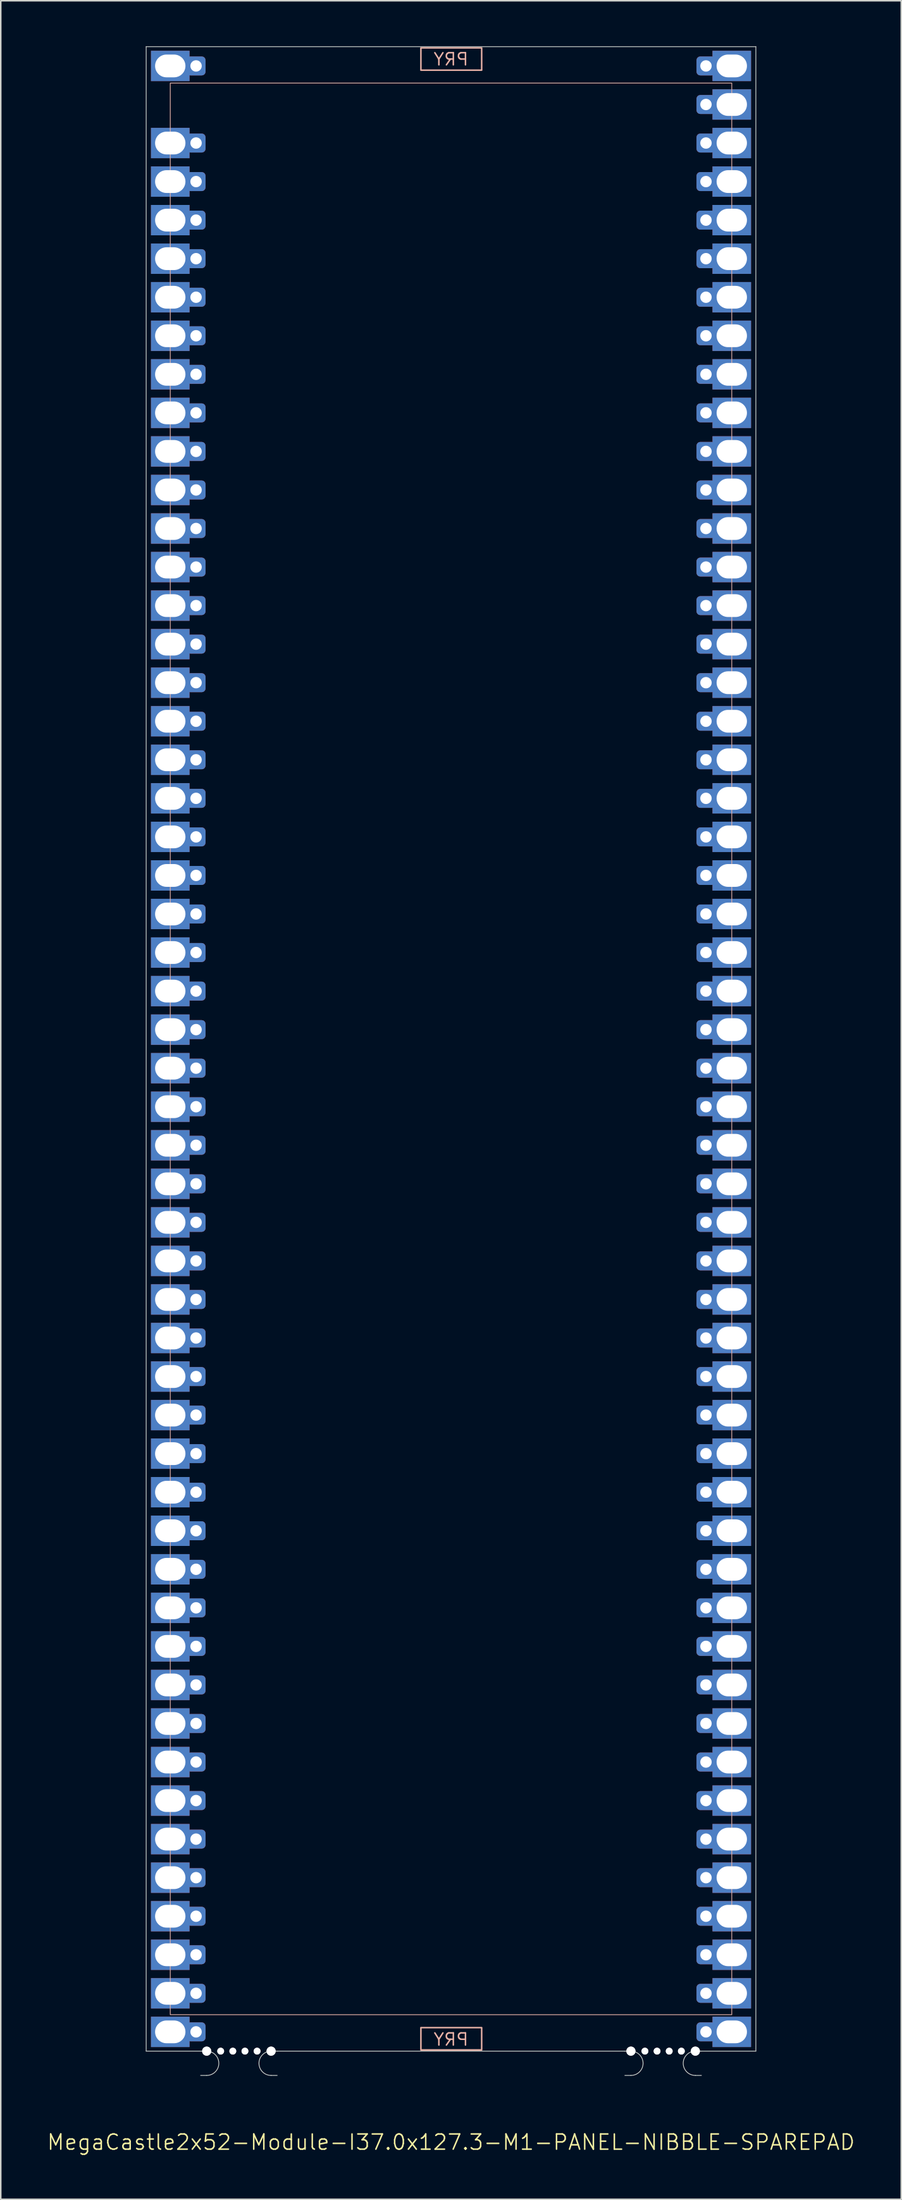
<source format=kicad_pcb>
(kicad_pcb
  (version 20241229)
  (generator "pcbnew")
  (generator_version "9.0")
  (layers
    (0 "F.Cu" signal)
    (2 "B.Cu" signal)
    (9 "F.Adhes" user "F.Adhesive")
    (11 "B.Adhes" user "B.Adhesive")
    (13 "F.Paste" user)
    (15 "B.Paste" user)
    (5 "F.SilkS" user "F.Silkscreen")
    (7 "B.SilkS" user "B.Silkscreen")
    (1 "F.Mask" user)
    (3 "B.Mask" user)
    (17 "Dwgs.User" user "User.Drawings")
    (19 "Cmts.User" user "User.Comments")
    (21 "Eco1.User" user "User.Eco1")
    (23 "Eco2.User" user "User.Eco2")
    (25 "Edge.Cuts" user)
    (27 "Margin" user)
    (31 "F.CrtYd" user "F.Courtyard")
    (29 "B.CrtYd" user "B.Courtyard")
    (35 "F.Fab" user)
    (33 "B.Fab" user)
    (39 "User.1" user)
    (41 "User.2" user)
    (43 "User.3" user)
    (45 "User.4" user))
  (footprint "MegaCastle2x52-Module-I37.0x127.3-M1-PANEL-NIBBLE-SPAREPAD"
    (layer "F.Cu")
    (at 26.669 66.065)
    (property "Reference" "MegaCastle2x52-Module-I37.0x127.3-M1-PANEL-NIBBLE-SPAREPAD" (at 0 72.04 0) (unlocked yes) (layer "F.SilkS") (effects (font (size 1 1) (thickness 0.1))))
    (attr smd)
    (fp_rect (start -18.5 63.64) (end 18.5 -63.64) (stroke (width 0.05) (type default)) (fill no) (layer "B.SilkS"))
    (fp_rect (start -1.984 -64.491) (end 2.02 -65.96) (stroke (width 0.1) (type default)) (fill no) (layer "B.SilkS"))
    (fp_rect (start -1.984 64.491) (end 2.02 65.96) (stroke (width 0.1) (type default)) (fill no) (layer "B.SilkS"))
    (fp_line (start -20.087 -66.04) (end -20.087 66.04) (stroke (width 0.05) (type default)) (layer "Edge.Cuts"))
    (fp_line (start -20.087 -66.04) (end 20.087 -66.04) (stroke (width 0.05) (type default)) (layer "Edge.Cuts"))
    (fp_line (start -20.087 66.04) (end -16.5 66.04) (stroke (width 0.05) (type default)) (layer "Edge.Cuts"))
    (fp_line (start -16.5 66.04) (end -16.1 66.04) (stroke (width 0.05) (type default)) (layer "Edge.Cuts"))
    (fp_line (start -16.5 67.64) (end -16.1 67.64) (stroke (width 0.05) (type default)) (layer "Edge.Cuts"))
    (fp_line (start -11.455 66.04) (end -11.855 66.04) (stroke (width 0.05) (type default)) (layer "Edge.Cuts"))
    (fp_line (start -11.455 66.04) (end 11.455 66.04) (stroke (width 0.05) (type default)) (layer "Edge.Cuts"))
    (fp_line (start -11.455 67.64) (end -11.855 67.64) (stroke (width 0.05) (type default)) (layer "Edge.Cuts"))
    (fp_line (start 11.455 66.04) (end 11.855 66.04) (stroke (width 0.05) (type default)) (layer "Edge.Cuts"))
    (fp_line (start 11.455 67.64) (end 11.855 67.64) (stroke (width 0.05) (type default)) (layer "Edge.Cuts"))
    (fp_line (start 16.5 66.04) (end 16.1 66.04) (stroke (width 0.05) (type default)) (layer "Edge.Cuts"))
    (fp_line (start 16.5 66.04) (end 20.087 66.04) (stroke (width 0.05) (type default)) (layer "Edge.Cuts"))
    (fp_line (start 16.5 67.64) (end 16.1 67.64) (stroke (width 0.05) (type default)) (layer "Edge.Cuts"))
    (fp_line (start 20.087 -66.04) (end 20.087 66.04) (stroke (width 0.05) (type default)) (layer "Edge.Cuts"))
    (fp_arc (start -16.1 66.040001) (mid -15.3 66.839996) (end -16.1 67.639999) (stroke (width 0.05) (type default)) (layer "Edge.Cuts"))
    (fp_arc (start -11.855 67.639999) (mid -12.655 66.84) (end -11.855 66.040001) (stroke (width 0.05) (type default)) (layer "Edge.Cuts"))
    (fp_arc (start 11.855 66.040001) (mid 12.655 66.839996) (end 11.855 67.639999) (stroke (width 0.05) (type default)) (layer "Edge.Cuts"))
    (fp_arc (start 16.1 67.639999) (mid 15.300001 66.84) (end 16.1 66.040001) (stroke (width 0.05) (type default)) (layer "Edge.Cuts"))
    (fp_text user "PRY" (at 0 -64.74 0) (unlocked yes) (layer "B.SilkS") (effects (font (size 0.8 0.8) (thickness 0.1)) (justify bottom mirror)))
    (fp_text user "PRY" (at 0 65.74 0) (unlocked yes) (layer "B.SilkS") (effects (font (size 0.8 0.8) (thickness 0.1)) (justify bottom mirror)))
    (pad "" np_thru_hole circle (at -16.1 66.04) (size 0.6 0.6) (drill 0.6) (layers "*.Cu" "Edge.Cuts"))
    (pad "" np_thru_hole circle (at -15.178 66.04) (size 0.45 0.45) (drill 0.45) (layers "*.Cu" "Edge.Cuts"))
    (pad "" np_thru_hole circle (at -14.378 66.04) (size 0.45 0.45) (drill 0.45) (layers "*.Cu" "Edge.Cuts"))
    (pad "" np_thru_hole circle (at -13.578 66.04) (size 0.45 0.45) (drill 0.45) (layers "*.Cu" "Edge.Cuts"))
    (pad "" np_thru_hole circle (at -12.777 66.04) (size 0.45 0.45) (drill 0.45) (layers "*.Cu" "Edge.Cuts"))
    (pad "" np_thru_hole circle (at -11.855 66.04) (size 0.6 0.6) (drill 0.6) (layers "*.Cu" "Edge.Cuts"))
    (pad "" np_thru_hole circle (at 11.855 66.04) (size 0.6 0.6) (drill 0.6) (layers "*.Cu" "Edge.Cuts"))
    (pad "" np_thru_hole circle (at 12.777 66.04) (size 0.45 0.45) (drill 0.45) (layers "*.Cu" "Edge.Cuts"))
    (pad "" np_thru_hole circle (at 13.577 66.04) (size 0.45 0.45) (drill 0.45) (layers "*.Cu" "Edge.Cuts"))
    (pad "" np_thru_hole circle (at 14.377 66.04) (size 0.45 0.45) (drill 0.45) (layers "*.Cu" "Edge.Cuts"))
    (pad "" np_thru_hole circle (at 15.178 66.04) (size 0.45 0.45) (drill 0.45) (layers "*.Cu" "Edge.Cuts"))
    (pad "" np_thru_hole circle (at 16.1 66.04) (size 0.6 0.6) (drill 0.6) (layers "*.Cu" "Edge.Cuts"))
    (pad "1" thru_hole rect (at -18.5 -64.77) (size 2.54 2) (drill oval 2 1.5) (property pad_prop_castellated) (layers "*.Cu" "*.Mask"))
    (pad "1" thru_hole roundrect (at -16.8 -64.77 180) (size 1.25 1.25) (drill 0.75) (layers "*.Cu" "*.Mask") (roundrect_rratio 0.2))
    (pad "3" thru_hole rect (at -18.5 -59.69) (size 2.54 2) (drill oval 2 1.5) (property pad_prop_castellated) (layers "*.Cu" "*.Mask"))
    (pad "3" thru_hole roundrect (at -16.8 -59.69 180) (size 1.25 1.25) (drill 0.75) (layers "*.Cu" "*.Mask") (roundrect_rratio 0.2))
    (pad "4" thru_hole rect (at -18.5 -57.15) (size 2.54 2) (drill oval 2 1.5) (property pad_prop_castellated) (layers "*.Cu" "*.Mask"))
    (pad "4" thru_hole roundrect (at -16.8 -57.15 180) (size 1.25 1.25) (drill 0.75) (layers "*.Cu" "*.Mask") (roundrect_rratio 0.2))
    (pad "5" thru_hole rect (at -18.5 -54.61) (size 2.54 2) (drill oval 2 1.5) (property pad_prop_castellated) (layers "*.Cu" "*.Mask"))
    (pad "5" thru_hole roundrect (at -16.8 -54.61 180) (size 1.25 1.25) (drill 0.75) (layers "*.Cu" "*.Mask") (roundrect_rratio 0.2))
    (pad "6" thru_hole rect (at -18.5 -52.07) (size 2.54 2) (drill oval 2 1.5) (property pad_prop_castellated) (layers "*.Cu" "*.Mask"))
    (pad "6" thru_hole roundrect (at -16.8 -52.07 180) (size 1.25 1.25) (drill 0.75) (layers "*.Cu" "*.Mask") (roundrect_rratio 0.2))
    (pad "7" thru_hole rect (at -18.5 -49.53) (size 2.54 2) (drill oval 2 1.5) (property pad_prop_castellated) (layers "*.Cu" "*.Mask"))
    (pad "7" thru_hole roundrect (at -16.8 -49.53 180) (size 1.25 1.25) (drill 0.75) (layers "*.Cu" "*.Mask") (roundrect_rratio 0.2))
    (pad "8" thru_hole rect (at -18.5 -46.99) (size 2.54 2) (drill oval 2 1.5) (property pad_prop_castellated) (layers "*.Cu" "*.Mask"))
    (pad "8" thru_hole roundrect (at -16.8 -46.99 180) (size 1.25 1.25) (drill 0.75) (layers "*.Cu" "*.Mask") (roundrect_rratio 0.2))
    (pad "9" thru_hole rect (at -18.5 -44.45) (size 2.54 2) (drill oval 2 1.5) (property pad_prop_castellated) (layers "*.Cu" "*.Mask"))
    (pad "9" thru_hole roundrect (at -16.8 -44.45 180) (size 1.25 1.25) (drill 0.75) (layers "*.Cu" "*.Mask") (roundrect_rratio 0.2))
    (pad "10" thru_hole rect (at -18.5 -41.91) (size 2.54 2) (drill oval 2 1.5) (property pad_prop_castellated) (layers "*.Cu" "*.Mask"))
    (pad "10" thru_hole roundrect (at -16.8 -41.91 180) (size 1.25 1.25) (drill 0.75) (layers "*.Cu" "*.Mask") (roundrect_rratio 0.2))
    (pad "11" thru_hole rect (at -18.5 -39.37) (size 2.54 2) (drill oval 2 1.5) (property pad_prop_castellated) (layers "*.Cu" "*.Mask"))
    (pad "11" thru_hole roundrect (at -16.8 -39.37 180) (size 1.25 1.25) (drill 0.75) (layers "*.Cu" "*.Mask") (roundrect_rratio 0.2))
    (pad "12" thru_hole rect (at -18.5 -36.83) (size 2.54 2) (drill oval 2 1.5) (property pad_prop_castellated) (layers "*.Cu" "*.Mask"))
    (pad "12" thru_hole roundrect (at -16.8 -36.83 180) (size 1.25 1.25) (drill 0.75) (layers "*.Cu" "*.Mask") (roundrect_rratio 0.2))
    (pad "13" thru_hole rect (at -18.5 -34.29) (size 2.54 2) (drill oval 2 1.5) (property pad_prop_castellated) (layers "*.Cu" "*.Mask"))
    (pad "13" thru_hole roundrect (at -16.8 -34.29 180) (size 1.25 1.25) (drill 0.75) (layers "*.Cu" "*.Mask") (roundrect_rratio 0.2))
    (pad "14" thru_hole rect (at -18.5 -31.75) (size 2.54 2) (drill oval 2 1.5) (property pad_prop_castellated) (layers "*.Cu" "*.Mask"))
    (pad "14" thru_hole roundrect (at -16.8 -31.75 180) (size 1.25 1.25) (drill 0.75) (layers "*.Cu" "*.Mask") (roundrect_rratio 0.2))
    (pad "15" thru_hole rect (at -18.5 -29.21) (size 2.54 2) (drill oval 2 1.5) (property pad_prop_castellated) (layers "*.Cu" "*.Mask"))
    (pad "15" thru_hole roundrect (at -16.8 -29.21 180) (size 1.25 1.25) (drill 0.75) (layers "*.Cu" "*.Mask") (roundrect_rratio 0.2))
    (pad "16" thru_hole rect (at -18.5 -26.67) (size 2.54 2) (drill oval 2 1.5) (property pad_prop_castellated) (layers "*.Cu" "*.Mask"))
    (pad "16" thru_hole roundrect (at -16.8 -26.67 180) (size 1.25 1.25) (drill 0.75) (layers "*.Cu" "*.Mask") (roundrect_rratio 0.2))
    (pad "17" thru_hole rect (at -18.5 -24.13) (size 2.54 2) (drill oval 2 1.5) (property pad_prop_castellated) (layers "*.Cu" "*.Mask"))
    (pad "17" thru_hole roundrect (at -16.8 -24.13 180) (size 1.25 1.25) (drill 0.75) (layers "*.Cu" "*.Mask") (roundrect_rratio 0.2))
    (pad "18" thru_hole rect (at -18.5 -21.59) (size 2.54 2) (drill oval 2 1.5) (property pad_prop_castellated) (layers "*.Cu" "*.Mask"))
    (pad "18" thru_hole roundrect (at -16.8 -21.59 180) (size 1.25 1.25) (drill 0.75) (layers "*.Cu" "*.Mask") (roundrect_rratio 0.2))
    (pad "19" thru_hole rect (at -18.5 -19.05) (size 2.54 2) (drill oval 2 1.5) (property pad_prop_castellated) (layers "*.Cu" "*.Mask"))
    (pad "19" thru_hole roundrect (at -16.8 -19.05 180) (size 1.25 1.25) (drill 0.75) (layers "*.Cu" "*.Mask") (roundrect_rratio 0.2))
    (pad "20" thru_hole rect (at -18.5 -16.51) (size 2.54 2) (drill oval 2 1.5) (property pad_prop_castellated) (layers "*.Cu" "*.Mask"))
    (pad "20" thru_hole roundrect (at -16.8 -16.51 180) (size 1.25 1.25) (drill 0.75) (layers "*.Cu" "*.Mask") (roundrect_rratio 0.2))
    (pad "21" thru_hole rect (at -18.5 -13.97) (size 2.54 2) (drill oval 2 1.5) (property pad_prop_castellated) (layers "*.Cu" "*.Mask"))
    (pad "21" thru_hole roundrect (at -16.8 -13.97 180) (size 1.25 1.25) (drill 0.75) (layers "*.Cu" "*.Mask") (roundrect_rratio 0.2))
    (pad "22" thru_hole rect (at -18.5 -11.43) (size 2.54 2) (drill oval 2 1.5) (property pad_prop_castellated) (layers "*.Cu" "*.Mask"))
    (pad "22" thru_hole roundrect (at -16.8 -11.43 180) (size 1.25 1.25) (drill 0.75) (layers "*.Cu" "*.Mask") (roundrect_rratio 0.2))
    (pad "23" thru_hole rect (at -18.5 -8.89) (size 2.54 2) (drill oval 2 1.5) (property pad_prop_castellated) (layers "*.Cu" "*.Mask"))
    (pad "23" thru_hole roundrect (at -16.8 -8.89 180) (size 1.25 1.25) (drill 0.75) (layers "*.Cu" "*.Mask") (roundrect_rratio 0.2))
    (pad "24" thru_hole rect (at -18.5 -6.35) (size 2.54 2) (drill oval 2 1.5) (property pad_prop_castellated) (layers "*.Cu" "*.Mask"))
    (pad "24" thru_hole roundrect (at -16.8 -6.35 180) (size 1.25 1.25) (drill 0.75) (layers "*.Cu" "*.Mask") (roundrect_rratio 0.2))
    (pad "25" thru_hole rect (at -18.5 -3.81) (size 2.54 2) (drill oval 2 1.5) (property pad_prop_castellated) (layers "*.Cu" "*.Mask"))
    (pad "25" thru_hole roundrect (at -16.8 -3.81 180) (size 1.25 1.25) (drill 0.75) (layers "*.Cu" "*.Mask") (roundrect_rratio 0.2))
    (pad "26" thru_hole rect (at -18.5 -1.27) (size 2.54 2) (drill oval 2 1.5) (property pad_prop_castellated) (layers "*.Cu" "*.Mask"))
    (pad "26" thru_hole roundrect (at -16.8 -1.27 180) (size 1.25 1.25) (drill 0.75) (layers "*.Cu" "*.Mask") (roundrect_rratio 0.2))
    (pad "27" thru_hole rect (at -18.5 1.27) (size 2.54 2) (drill oval 2 1.5) (property pad_prop_castellated) (layers "*.Cu" "*.Mask"))
    (pad "27" thru_hole roundrect (at -16.8 1.27 180) (size 1.25 1.25) (drill 0.75) (layers "*.Cu" "*.Mask") (roundrect_rratio 0.2))
    (pad "28" thru_hole rect (at -18.5 3.81) (size 2.54 2) (drill oval 2 1.5) (property pad_prop_castellated) (layers "*.Cu" "*.Mask"))
    (pad "28" thru_hole roundrect (at -16.8 3.81 180) (size 1.25 1.25) (drill 0.75) (layers "*.Cu" "*.Mask") (roundrect_rratio 0.2))
    (pad "29" thru_hole rect (at -18.5 6.35) (size 2.54 2) (drill oval 2 1.5) (property pad_prop_castellated) (layers "*.Cu" "*.Mask"))
    (pad "29" thru_hole roundrect (at -16.8 6.35 180) (size 1.25 1.25) (drill 0.75) (layers "*.Cu" "*.Mask") (roundrect_rratio 0.2))
    (pad "30" thru_hole rect (at -18.5 8.89) (size 2.54 2) (drill oval 2 1.5) (property pad_prop_castellated) (layers "*.Cu" "*.Mask"))
    (pad "30" thru_hole roundrect (at -16.8 8.89 180) (size 1.25 1.25) (drill 0.75) (layers "*.Cu" "*.Mask") (roundrect_rratio 0.2))
    (pad "31" thru_hole rect (at -18.5 11.43) (size 2.54 2) (drill oval 2 1.5) (property pad_prop_castellated) (layers "*.Cu" "*.Mask"))
    (pad "31" thru_hole roundrect (at -16.8 11.43 180) (size 1.25 1.25) (drill 0.75) (layers "*.Cu" "*.Mask") (roundrect_rratio 0.2))
    (pad "32" thru_hole rect (at -18.5 13.97) (size 2.54 2) (drill oval 2 1.5) (property pad_prop_castellated) (layers "*.Cu" "*.Mask"))
    (pad "32" thru_hole roundrect (at -16.8 13.97 180) (size 1.25 1.25) (drill 0.75) (layers "*.Cu" "*.Mask") (roundrect_rratio 0.2))
    (pad "33" thru_hole rect (at -18.5 16.51) (size 2.54 2) (drill oval 2 1.5) (property pad_prop_castellated) (layers "*.Cu" "*.Mask"))
    (pad "33" thru_hole roundrect (at -16.8 16.51 180) (size 1.25 1.25) (drill 0.75) (layers "*.Cu" "*.Mask") (roundrect_rratio 0.2))
    (pad "34" thru_hole rect (at -18.5 19.05) (size 2.54 2) (drill oval 2 1.5) (property pad_prop_castellated) (layers "*.Cu" "*.Mask"))
    (pad "34" thru_hole roundrect (at -16.8 19.05 180) (size 1.25 1.25) (drill 0.75) (layers "*.Cu" "*.Mask") (roundrect_rratio 0.2))
    (pad "35" thru_hole rect (at -18.5 21.59) (size 2.54 2) (drill oval 2 1.5) (property pad_prop_castellated) (layers "*.Cu" "*.Mask"))
    (pad "35" thru_hole roundrect (at -16.8 21.59 180) (size 1.25 1.25) (drill 0.75) (layers "*.Cu" "*.Mask") (roundrect_rratio 0.2))
    (pad "36" thru_hole rect (at -18.5 24.13) (size 2.54 2) (drill oval 2 1.5) (property pad_prop_castellated) (layers "*.Cu" "*.Mask"))
    (pad "36" thru_hole roundrect (at -16.8 24.13 180) (size 1.25 1.25) (drill 0.75) (layers "*.Cu" "*.Mask") (roundrect_rratio 0.2))
    (pad "37" thru_hole rect (at -18.5 26.67) (size 2.54 2) (drill oval 2 1.5) (property pad_prop_castellated) (layers "*.Cu" "*.Mask"))
    (pad "37" thru_hole roundrect (at -16.8 26.67 180) (size 1.25 1.25) (drill 0.75) (layers "*.Cu" "*.Mask") (roundrect_rratio 0.2))
    (pad "38" thru_hole rect (at -18.5 29.21) (size 2.54 2) (drill oval 2 1.5) (property pad_prop_castellated) (layers "*.Cu" "*.Mask"))
    (pad "38" thru_hole roundrect (at -16.8 29.21 180) (size 1.25 1.25) (drill 0.75) (layers "*.Cu" "*.Mask") (roundrect_rratio 0.2))
    (pad "39" thru_hole rect (at -18.5 31.75) (size 2.54 2) (drill oval 2 1.5) (property pad_prop_castellated) (layers "*.Cu" "*.Mask"))
    (pad "39" thru_hole roundrect (at -16.8 31.75 180) (size 1.25 1.25) (drill 0.75) (layers "*.Cu" "*.Mask") (roundrect_rratio 0.2))
    (pad "40" thru_hole rect (at -18.5 34.29) (size 2.54 2) (drill oval 2 1.5) (property pad_prop_castellated) (layers "*.Cu" "*.Mask"))
    (pad "40" thru_hole roundrect (at -16.8 34.29 180) (size 1.25 1.25) (drill 0.75) (layers "*.Cu" "*.Mask") (roundrect_rratio 0.2))
    (pad "41" thru_hole rect (at -18.5 36.83) (size 2.54 2) (drill oval 2 1.5) (property pad_prop_castellated) (layers "*.Cu" "*.Mask"))
    (pad "41" thru_hole roundrect (at -16.8 36.83 180) (size 1.25 1.25) (drill 0.75) (layers "*.Cu" "*.Mask") (roundrect_rratio 0.2))
    (pad "42" thru_hole rect (at -18.5 39.37) (size 2.54 2) (drill oval 2 1.5) (property pad_prop_castellated) (layers "*.Cu" "*.Mask"))
    (pad "42" thru_hole roundrect (at -16.8 39.37 180) (size 1.25 1.25) (drill 0.75) (layers "*.Cu" "*.Mask") (roundrect_rratio 0.2))
    (pad "43" thru_hole rect (at -18.5 41.91) (size 2.54 2) (drill oval 2 1.5) (property pad_prop_castellated) (layers "*.Cu" "*.Mask"))
    (pad "43" thru_hole roundrect (at -16.8 41.91 180) (size 1.25 1.25) (drill 0.75) (layers "*.Cu" "*.Mask") (roundrect_rratio 0.2))
    (pad "44" thru_hole rect (at -18.5 44.45) (size 2.54 2) (drill oval 2 1.5) (property pad_prop_castellated) (layers "*.Cu" "*.Mask"))
    (pad "44" thru_hole roundrect (at -16.8 44.45 180) (size 1.25 1.25) (drill 0.75) (layers "*.Cu" "*.Mask") (roundrect_rratio 0.2))
    (pad "45" thru_hole rect (at -18.5 46.99) (size 2.54 2) (drill oval 2 1.5) (property pad_prop_castellated) (layers "*.Cu" "*.Mask"))
    (pad "45" thru_hole roundrect (at -16.8 46.99 180) (size 1.25 1.25) (drill 0.75) (layers "*.Cu" "*.Mask") (roundrect_rratio 0.2))
    (pad "46" thru_hole rect (at -18.5 49.53) (size 2.54 2) (drill oval 2 1.5) (property pad_prop_castellated) (layers "*.Cu" "*.Mask"))
    (pad "46" thru_hole roundrect (at -16.8 49.53 180) (size 1.25 1.25) (drill 0.75) (layers "*.Cu" "*.Mask") (roundrect_rratio 0.2))
    (pad "47" thru_hole rect (at -18.5 52.07) (size 2.54 2) (drill oval 2 1.5) (property pad_prop_castellated) (layers "*.Cu" "*.Mask"))
    (pad "47" thru_hole roundrect (at -16.8 52.07 180) (size 1.25 1.25) (drill 0.75) (layers "*.Cu" "*.Mask") (roundrect_rratio 0.2))
    (pad "48" thru_hole rect (at -18.5 54.61) (size 2.54 2) (drill oval 2 1.5) (property pad_prop_castellated) (layers "*.Cu" "*.Mask"))
    (pad "48" thru_hole roundrect (at -16.8 54.61 180) (size 1.25 1.25) (drill 0.75) (layers "*.Cu" "*.Mask") (roundrect_rratio 0.2))
    (pad "49" thru_hole rect (at -18.5 57.15) (size 2.54 2) (drill oval 2 1.5) (property pad_prop_castellated) (layers "*.Cu" "*.Mask"))
    (pad "49" thru_hole roundrect (at -16.8 57.15 180) (size 1.25 1.25) (drill 0.75) (layers "*.Cu" "*.Mask") (roundrect_rratio 0.2))
    (pad "50" thru_hole rect (at -18.5 59.69) (size 2.54 2) (drill oval 2 1.5) (property pad_prop_castellated) (layers "*.Cu" "*.Mask"))
    (pad "50" thru_hole roundrect (at -16.8 59.69 180) (size 1.25 1.25) (drill 0.75) (layers "*.Cu" "*.Mask") (roundrect_rratio 0.2))
    (pad "51" thru_hole rect (at -18.5 62.23) (size 2.54 2) (drill oval 2 1.5) (property pad_prop_castellated) (layers "*.Cu" "*.Mask"))
    (pad "51" thru_hole roundrect (at -16.8 62.23 180) (size 1.25 1.25) (drill 0.75) (layers "*.Cu" "*.Mask") (roundrect_rratio 0.2))
    (pad "52" thru_hole rect (at -18.5 64.77) (size 2.54 2) (drill oval 2 1.5) (property pad_prop_castellated) (layers "*.Cu" "*.Mask"))
    (pad "52" thru_hole roundrect (at -16.8 64.77 180) (size 1.25 1.25) (drill 0.75) (layers "*.Cu" "*.Mask") (roundrect_rratio 0.2))
    (pad "53" thru_hole roundrect (at 16.8 -64.77 180) (size 1.25 1.25) (drill 0.75) (layers "*.Cu" "*.Mask") (roundrect_rratio 0.2))
    (pad "53" thru_hole rect (at 18.5 -64.77) (size 2.54 2) (drill oval 2 1.5) (property pad_prop_castellated) (layers "*.Cu" "*.Mask"))
    (pad "54" thru_hole roundrect (at 16.8 -62.23 180) (size 1.25 1.25) (drill 0.75) (layers "*.Cu" "*.Mask") (roundrect_rratio 0.2))
    (pad "54" thru_hole rect (at 18.5 -62.23) (size 2.54 2) (drill oval 2 1.5) (property pad_prop_castellated) (layers "*.Cu" "*.Mask"))
    (pad "55" thru_hole roundrect (at 16.8 -59.69 180) (size 1.25 1.25) (drill 0.75) (layers "*.Cu" "*.Mask") (roundrect_rratio 0.2))
    (pad "55" thru_hole rect (at 18.5 -59.69) (size 2.54 2) (drill oval 2 1.5) (property pad_prop_castellated) (layers "*.Cu" "*.Mask"))
    (pad "56" thru_hole roundrect (at 16.8 -57.15 180) (size 1.25 1.25) (drill 0.75) (layers "*.Cu" "*.Mask") (roundrect_rratio 0.2))
    (pad "56" thru_hole rect (at 18.5 -57.15) (size 2.54 2) (drill oval 2 1.5) (property pad_prop_castellated) (layers "*.Cu" "*.Mask"))
    (pad "57" thru_hole roundrect (at 16.8 -54.61 180) (size 1.25 1.25) (drill 0.75) (layers "*.Cu" "*.Mask") (roundrect_rratio 0.2))
    (pad "57" thru_hole rect (at 18.5 -54.61) (size 2.54 2) (drill oval 2 1.5) (property pad_prop_castellated) (layers "*.Cu" "*.Mask"))
    (pad "58" thru_hole roundrect (at 16.8 -52.07 180) (size 1.25 1.25) (drill 0.75) (layers "*.Cu" "*.Mask") (roundrect_rratio 0.2))
    (pad "58" thru_hole rect (at 18.5 -52.07) (size 2.54 2) (drill oval 2 1.5) (property pad_prop_castellated) (layers "*.Cu" "*.Mask"))
    (pad "59" thru_hole roundrect (at 16.8 -49.53 180) (size 1.25 1.25) (drill 0.75) (layers "*.Cu" "*.Mask") (roundrect_rratio 0.2))
    (pad "59" thru_hole rect (at 18.5 -49.53) (size 2.54 2) (drill oval 2 1.5) (property pad_prop_castellated) (layers "*.Cu" "*.Mask"))
    (pad "60" thru_hole roundrect (at 16.8 -46.99 180) (size 1.25 1.25) (drill 0.75) (layers "*.Cu" "*.Mask") (roundrect_rratio 0.2))
    (pad "60" thru_hole rect (at 18.5 -46.99) (size 2.54 2) (drill oval 2 1.5) (property pad_prop_castellated) (layers "*.Cu" "*.Mask"))
    (pad "61" thru_hole roundrect (at 16.8 -44.45 180) (size 1.25 1.25) (drill 0.75) (layers "*.Cu" "*.Mask") (roundrect_rratio 0.2))
    (pad "61" thru_hole rect (at 18.5 -44.45) (size 2.54 2) (drill oval 2 1.5) (property pad_prop_castellated) (layers "*.Cu" "*.Mask"))
    (pad "62" thru_hole roundrect (at 16.8 -41.91 180) (size 1.25 1.25) (drill 0.75) (layers "*.Cu" "*.Mask") (roundrect_rratio 0.2))
    (pad "62" thru_hole rect (at 18.5 -41.91) (size 2.54 2) (drill oval 2 1.5) (property pad_prop_castellated) (layers "*.Cu" "*.Mask"))
    (pad "63" thru_hole roundrect (at 16.8 -39.37 180) (size 1.25 1.25) (drill 0.75) (layers "*.Cu" "*.Mask") (roundrect_rratio 0.2))
    (pad "63" thru_hole rect (at 18.5 -39.37) (size 2.54 2) (drill oval 2 1.5) (property pad_prop_castellated) (layers "*.Cu" "*.Mask"))
    (pad "64" thru_hole roundrect (at 16.8 -36.83 180) (size 1.25 1.25) (drill 0.75) (layers "*.Cu" "*.Mask") (roundrect_rratio 0.2))
    (pad "64" thru_hole rect (at 18.5 -36.83) (size 2.54 2) (drill oval 2 1.5) (property pad_prop_castellated) (layers "*.Cu" "*.Mask"))
    (pad "65" thru_hole roundrect (at 16.8 -34.29 180) (size 1.25 1.25) (drill 0.75) (layers "*.Cu" "*.Mask") (roundrect_rratio 0.2))
    (pad "65" thru_hole rect (at 18.5 -34.29) (size 2.54 2) (drill oval 2 1.5) (property pad_prop_castellated) (layers "*.Cu" "*.Mask"))
    (pad "66" thru_hole roundrect (at 16.8 -31.75 180) (size 1.25 1.25) (drill 0.75) (layers "*.Cu" "*.Mask") (roundrect_rratio 0.2))
    (pad "66" thru_hole rect (at 18.5 -31.75) (size 2.54 2) (drill oval 2 1.5) (property pad_prop_castellated) (layers "*.Cu" "*.Mask"))
    (pad "67" thru_hole roundrect (at 16.8 -29.21 180) (size 1.25 1.25) (drill 0.75) (layers "*.Cu" "*.Mask") (roundrect_rratio 0.2))
    (pad "67" thru_hole rect (at 18.5 -29.21) (size 2.54 2) (drill oval 2 1.5) (property pad_prop_castellated) (layers "*.Cu" "*.Mask"))
    (pad "68" thru_hole roundrect (at 16.8 -26.67 180) (size 1.25 1.25) (drill 0.75) (layers "*.Cu" "*.Mask") (roundrect_rratio 0.2))
    (pad "68" thru_hole rect (at 18.5 -26.67) (size 2.54 2) (drill oval 2 1.5) (property pad_prop_castellated) (layers "*.Cu" "*.Mask"))
    (pad "69" thru_hole roundrect (at 16.8 -24.13 180) (size 1.25 1.25) (drill 0.75) (layers "*.Cu" "*.Mask") (roundrect_rratio 0.2))
    (pad "69" thru_hole rect (at 18.5 -24.13) (size 2.54 2) (drill oval 2 1.5) (property pad_prop_castellated) (layers "*.Cu" "*.Mask"))
    (pad "70" thru_hole roundrect (at 16.8 -21.59 180) (size 1.25 1.25) (drill 0.75) (layers "*.Cu" "*.Mask") (roundrect_rratio 0.2))
    (pad "70" thru_hole rect (at 18.5 -21.59) (size 2.54 2) (drill oval 2 1.5) (property pad_prop_castellated) (layers "*.Cu" "*.Mask"))
    (pad "71" thru_hole roundrect (at 16.8 -19.05 180) (size 1.25 1.25) (drill 0.75) (layers "*.Cu" "*.Mask") (roundrect_rratio 0.2))
    (pad "71" thru_hole rect (at 18.5 -19.05) (size 2.54 2) (drill oval 2 1.5) (property pad_prop_castellated) (layers "*.Cu" "*.Mask"))
    (pad "72" thru_hole roundrect (at 16.8 -16.51 180) (size 1.25 1.25) (drill 0.75) (layers "*.Cu" "*.Mask") (roundrect_rratio 0.2))
    (pad "72" thru_hole rect (at 18.5 -16.51) (size 2.54 2) (drill oval 2 1.5) (property pad_prop_castellated) (layers "*.Cu" "*.Mask"))
    (pad "73" thru_hole roundrect (at 16.8 -13.97 180) (size 1.25 1.25) (drill 0.75) (layers "*.Cu" "*.Mask") (roundrect_rratio 0.2))
    (pad "73" thru_hole rect (at 18.5 -13.97) (size 2.54 2) (drill oval 2 1.5) (property pad_prop_castellated) (layers "*.Cu" "*.Mask"))
    (pad "74" thru_hole roundrect (at 16.8 -11.43 180) (size 1.25 1.25) (drill 0.75) (layers "*.Cu" "*.Mask") (roundrect_rratio 0.2))
    (pad "74" thru_hole rect (at 18.5 -11.43) (size 2.54 2) (drill oval 2 1.5) (property pad_prop_castellated) (layers "*.Cu" "*.Mask"))
    (pad "75" thru_hole roundrect (at 16.8 -8.89 180) (size 1.25 1.25) (drill 0.75) (layers "*.Cu" "*.Mask") (roundrect_rratio 0.2))
    (pad "75" thru_hole rect (at 18.5 -8.89) (size 2.54 2) (drill oval 2 1.5) (property pad_prop_castellated) (layers "*.Cu" "*.Mask"))
    (pad "76" thru_hole roundrect (at 16.8 -6.35 180) (size 1.25 1.25) (drill 0.75) (layers "*.Cu" "*.Mask") (roundrect_rratio 0.2))
    (pad "76" thru_hole rect (at 18.5 -6.35) (size 2.54 2) (drill oval 2 1.5) (property pad_prop_castellated) (layers "*.Cu" "*.Mask"))
    (pad "77" thru_hole roundrect (at 16.8 -3.81 180) (size 1.25 1.25) (drill 0.75) (layers "*.Cu" "*.Mask") (roundrect_rratio 0.2))
    (pad "77" thru_hole rect (at 18.5 -3.81) (size 2.54 2) (drill oval 2 1.5) (property pad_prop_castellated) (layers "*.Cu" "*.Mask"))
    (pad "78" thru_hole roundrect (at 16.8 -1.27 180) (size 1.25 1.25) (drill 0.75) (layers "*.Cu" "*.Mask") (roundrect_rratio 0.2))
    (pad "78" thru_hole rect (at 18.5 -1.27) (size 2.54 2) (drill oval 2 1.5) (property pad_prop_castellated) (layers "*.Cu" "*.Mask"))
    (pad "79" thru_hole roundrect (at 16.8 1.27 180) (size 1.25 1.25) (drill 0.75) (layers "*.Cu" "*.Mask") (roundrect_rratio 0.2))
    (pad "79" thru_hole rect (at 18.5 1.27) (size 2.54 2) (drill oval 2 1.5) (property pad_prop_castellated) (layers "*.Cu" "*.Mask"))
    (pad "80" thru_hole roundrect (at 16.8 3.81 180) (size 1.25 1.25) (drill 0.75) (layers "*.Cu" "*.Mask") (roundrect_rratio 0.2))
    (pad "80" thru_hole rect (at 18.5 3.81) (size 2.54 2) (drill oval 2 1.5) (property pad_prop_castellated) (layers "*.Cu" "*.Mask"))
    (pad "81" thru_hole roundrect (at 16.8 6.35 180) (size 1.25 1.25) (drill 0.75) (layers "*.Cu" "*.Mask") (roundrect_rratio 0.2))
    (pad "81" thru_hole rect (at 18.5 6.35) (size 2.54 2) (drill oval 2 1.5) (property pad_prop_castellated) (layers "*.Cu" "*.Mask"))
    (pad "82" thru_hole roundrect (at 16.8 8.89 180) (size 1.25 1.25) (drill 0.75) (layers "*.Cu" "*.Mask") (roundrect_rratio 0.2))
    (pad "82" thru_hole rect (at 18.5 8.89) (size 2.54 2) (drill oval 2 1.5) (property pad_prop_castellated) (layers "*.Cu" "*.Mask"))
    (pad "83" thru_hole roundrect (at 16.8 11.43 180) (size 1.25 1.25) (drill 0.75) (layers "*.Cu" "*.Mask") (roundrect_rratio 0.2))
    (pad "83" thru_hole rect (at 18.5 11.43) (size 2.54 2) (drill oval 2 1.5) (property pad_prop_castellated) (layers "*.Cu" "*.Mask"))
    (pad "84" thru_hole roundrect (at 16.8 13.97 180) (size 1.25 1.25) (drill 0.75) (layers "*.Cu" "*.Mask") (roundrect_rratio 0.2))
    (pad "84" thru_hole rect (at 18.5 13.97) (size 2.54 2) (drill oval 2 1.5) (property pad_prop_castellated) (layers "*.Cu" "*.Mask"))
    (pad "85" thru_hole roundrect (at 16.8 16.51 180) (size 1.25 1.25) (drill 0.75) (layers "*.Cu" "*.Mask") (roundrect_rratio 0.2))
    (pad "85" thru_hole rect (at 18.5 16.51) (size 2.54 2) (drill oval 2 1.5) (property pad_prop_castellated) (layers "*.Cu" "*.Mask"))
    (pad "86" thru_hole roundrect (at 16.8 19.05 180) (size 1.25 1.25) (drill 0.75) (layers "*.Cu" "*.Mask") (roundrect_rratio 0.2))
    (pad "86" thru_hole rect (at 18.5 19.05) (size 2.54 2) (drill oval 2 1.5) (property pad_prop_castellated) (layers "*.Cu" "*.Mask"))
    (pad "87" thru_hole roundrect (at 16.8 21.59 180) (size 1.25 1.25) (drill 0.75) (layers "*.Cu" "*.Mask") (roundrect_rratio 0.2))
    (pad "87" thru_hole rect (at 18.5 21.59) (size 2.54 2) (drill oval 2 1.5) (property pad_prop_castellated) (layers "*.Cu" "*.Mask"))
    (pad "88" thru_hole roundrect (at 16.8 24.13 180) (size 1.25 1.25) (drill 0.75) (layers "*.Cu" "*.Mask") (roundrect_rratio 0.2))
    (pad "88" thru_hole rect (at 18.5 24.13) (size 2.54 2) (drill oval 2 1.5) (property pad_prop_castellated) (layers "*.Cu" "*.Mask"))
    (pad "89" thru_hole roundrect (at 16.8 26.67 180) (size 1.25 1.25) (drill 0.75) (layers "*.Cu" "*.Mask") (roundrect_rratio 0.2))
    (pad "89" thru_hole rect (at 18.5 26.67) (size 2.54 2) (drill oval 2 1.5) (property pad_prop_castellated) (layers "*.Cu" "*.Mask"))
    (pad "90" thru_hole roundrect (at 16.8 29.21 180) (size 1.25 1.25) (drill 0.75) (layers "*.Cu" "*.Mask") (roundrect_rratio 0.2))
    (pad "90" thru_hole rect (at 18.5 29.21) (size 2.54 2) (drill oval 2 1.5) (property pad_prop_castellated) (layers "*.Cu" "*.Mask"))
    (pad "91" thru_hole roundrect (at 16.8 31.75 180) (size 1.25 1.25) (drill 0.75) (layers "*.Cu" "*.Mask") (roundrect_rratio 0.2))
    (pad "91" thru_hole rect (at 18.5 31.75) (size 2.54 2) (drill oval 2 1.5) (property pad_prop_castellated) (layers "*.Cu" "*.Mask"))
    (pad "92" thru_hole roundrect (at 16.8 34.29 180) (size 1.25 1.25) (drill 0.75) (layers "*.Cu" "*.Mask") (roundrect_rratio 0.2))
    (pad "92" thru_hole rect (at 18.5 34.29) (size 2.54 2) (drill oval 2 1.5) (property pad_prop_castellated) (layers "*.Cu" "*.Mask"))
    (pad "93" thru_hole roundrect (at 16.8 36.83 180) (size 1.25 1.25) (drill 0.75) (layers "*.Cu" "*.Mask") (roundrect_rratio 0.2))
    (pad "93" thru_hole rect (at 18.5 36.83) (size 2.54 2) (drill oval 2 1.5) (property pad_prop_castellated) (layers "*.Cu" "*.Mask"))
    (pad "94" thru_hole roundrect (at 16.8 39.37 180) (size 1.25 1.25) (drill 0.75) (layers "*.Cu" "*.Mask") (roundrect_rratio 0.2))
    (pad "94" thru_hole rect (at 18.5 39.37) (size 2.54 2) (drill oval 2 1.5) (property pad_prop_castellated) (layers "*.Cu" "*.Mask"))
    (pad "95" thru_hole roundrect (at 16.8 41.91 180) (size 1.25 1.25) (drill 0.75) (layers "*.Cu" "*.Mask") (roundrect_rratio 0.2))
    (pad "95" thru_hole rect (at 18.5 41.91) (size 2.54 2) (drill oval 2 1.5) (property pad_prop_castellated) (layers "*.Cu" "*.Mask"))
    (pad "96" thru_hole roundrect (at 16.8 44.45 180) (size 1.25 1.25) (drill 0.75) (layers "*.Cu" "*.Mask") (roundrect_rratio 0.2))
    (pad "96" thru_hole rect (at 18.5 44.45) (size 2.54 2) (drill oval 2 1.5) (property pad_prop_castellated) (layers "*.Cu" "*.Mask"))
    (pad "97" thru_hole roundrect (at 16.8 46.99 180) (size 1.25 1.25) (drill 0.75) (layers "*.Cu" "*.Mask") (roundrect_rratio 0.2))
    (pad "97" thru_hole rect (at 18.5 46.99) (size 2.54 2) (drill oval 2 1.5) (property pad_prop_castellated) (layers "*.Cu" "*.Mask"))
    (pad "98" thru_hole roundrect (at 16.8 49.53 180) (size 1.25 1.25) (drill 0.75) (layers "*.Cu" "*.Mask") (roundrect_rratio 0.2))
    (pad "98" thru_hole rect (at 18.5 49.53) (size 2.54 2) (drill oval 2 1.5) (property pad_prop_castellated) (layers "*.Cu" "*.Mask"))
    (pad "99" thru_hole roundrect (at 16.8 52.07 180) (size 1.25 1.25) (drill 0.75) (layers "*.Cu" "*.Mask") (roundrect_rratio 0.2))
    (pad "99" thru_hole rect (at 18.5 52.07) (size 2.54 2) (drill oval 2 1.5) (property pad_prop_castellated) (layers "*.Cu" "*.Mask"))
    (pad "100" thru_hole roundrect (at 16.8 54.61 180) (size 1.25 1.25) (drill 0.75) (layers "*.Cu" "*.Mask") (roundrect_rratio 0.2))
    (pad "100" thru_hole rect (at 18.5 54.61) (size 2.54 2) (drill oval 2 1.5) (property pad_prop_castellated) (layers "*.Cu" "*.Mask"))
    (pad "101" thru_hole roundrect (at 16.8 57.15 180) (size 1.25 1.25) (drill 0.75) (layers "*.Cu" "*.Mask") (roundrect_rratio 0.2))
    (pad "101" thru_hole rect (at 18.5 57.15) (size 2.54 2) (drill oval 2 1.5) (property pad_prop_castellated) (layers "*.Cu" "*.Mask"))
    (pad "102" thru_hole roundrect (at 16.8 59.69 180) (size 1.25 1.25) (drill 0.75) (layers "*.Cu" "*.Mask") (roundrect_rratio 0.2))
    (pad "102" thru_hole rect (at 18.5 59.69) (size 2.54 2) (drill oval 2 1.5) (property pad_prop_castellated) (layers "*.Cu" "*.Mask"))
    (pad "103" thru_hole roundrect (at 16.8 62.23 180) (size 1.25 1.25) (drill 0.75) (layers "*.Cu" "*.Mask") (roundrect_rratio 0.2))
    (pad "103" thru_hole rect (at 18.5 62.23) (size 2.54 2) (drill oval 2 1.5) (property pad_prop_castellated) (layers "*.Cu" "*.Mask"))
    (pad "104" thru_hole roundrect (at 16.8 64.77 180) (size 1.25 1.25) (drill 0.75) (layers "*.Cu" "*.Mask") (roundrect_rratio 0.2))
    (pad "104" thru_hole rect (at 18.5 64.77) (size 2.54 2) (drill oval 2 1.5) (property pad_prop_castellated) (layers "*.Cu" "*.Mask"))
    (zone (net_name "") (layer "B.Cu") (hatch edge 0.5) (connect_pads) (min_thickness 0.25) (filled_areas_thickness no) (keepout (tracks allowed) (vias allowed) (pads allowed) (copperpour allowed) (footprints not_allowed)) (placement (enabled no)) (fill) (polygon (pts (xy 8.169 132.105) (xy 8.169 0.025))))
    (zone (net_name "") (layer "B.Cu") (hatch edge 0.5) (connect_pads) (min_thickness 0.25) (filled_areas_thickness no) (keepout (tracks allowed) (vias allowed) (pads allowed) (copperpour allowed) (footprints not_allowed)) (placement (enabled no)) (fill) (polygon (pts (xy 45.169 132.105) (xy 45.169 0.025))))
    (zone (net_name "") (layer "B.Cu") (hatch edge 0.5) (connect_pads) (min_thickness 0.25) (filled_areas_thickness no) (keepout (tracks allowed) (vias allowed) (pads allowed) (copperpour allowed) (footprints not_allowed)) (placement (enabled no)) (fill) (polygon (pts (xy 8.169 0.025) (xy 8.169 2.425) (xy 45.169 2.425) (xy 45.169 0.025))))
    (zone (net_name "") (layer "B.Cu") (hatch edge 0.5) (connect_pads) (min_thickness 0.25) (filled_areas_thickness no) (keepout (tracks allowed) (vias allowed) (pads allowed) (copperpour allowed) (footprints not_allowed)) (placement (enabled no)) (fill) (polygon (pts (xy 8.169 132.105) (xy 8.169 129.705) (xy 45.169 129.705) (xy 45.169 132.105))))
    (zone (net_name "") (layer "B.Cu") (name "Upper Pry Zone") (hatch edge 0.5) (connect_pads) (min_thickness 0.25) (filled_areas_thickness no) (keepout (tracks not_allowed) (vias not_allowed) (pads not_allowed) (copperpour allowed) (footprints not_allowed)) (placement (enabled no)) (fill) (polygon (pts (xy 24.685 1.574) (xy 24.685 0.105) (xy 28.689 0.105) (xy 28.689 1.574))))
    (zone (net_name "") (layer "B.Cu") (name "Upper Pry Zone") (hatch edge 0.5) (connect_pads) (min_thickness 0.25) (filled_areas_thickness no) (keepout (tracks not_allowed) (vias not_allowed) (pads not_allowed) (copperpour allowed) (footprints not_allowed)) (placement (enabled no)) (fill) (polygon (pts (xy 24.685 130.556) (xy 24.685 132.025) (xy 28.689 132.025) (xy 28.689 130.556)))))
  (gr_rect
    (start -3 -3)
    (end 56.338 141.866)
    (stroke (width 0.1) (type default))
    (fill no)
    (layer "Edge.Cuts")))
</source>
